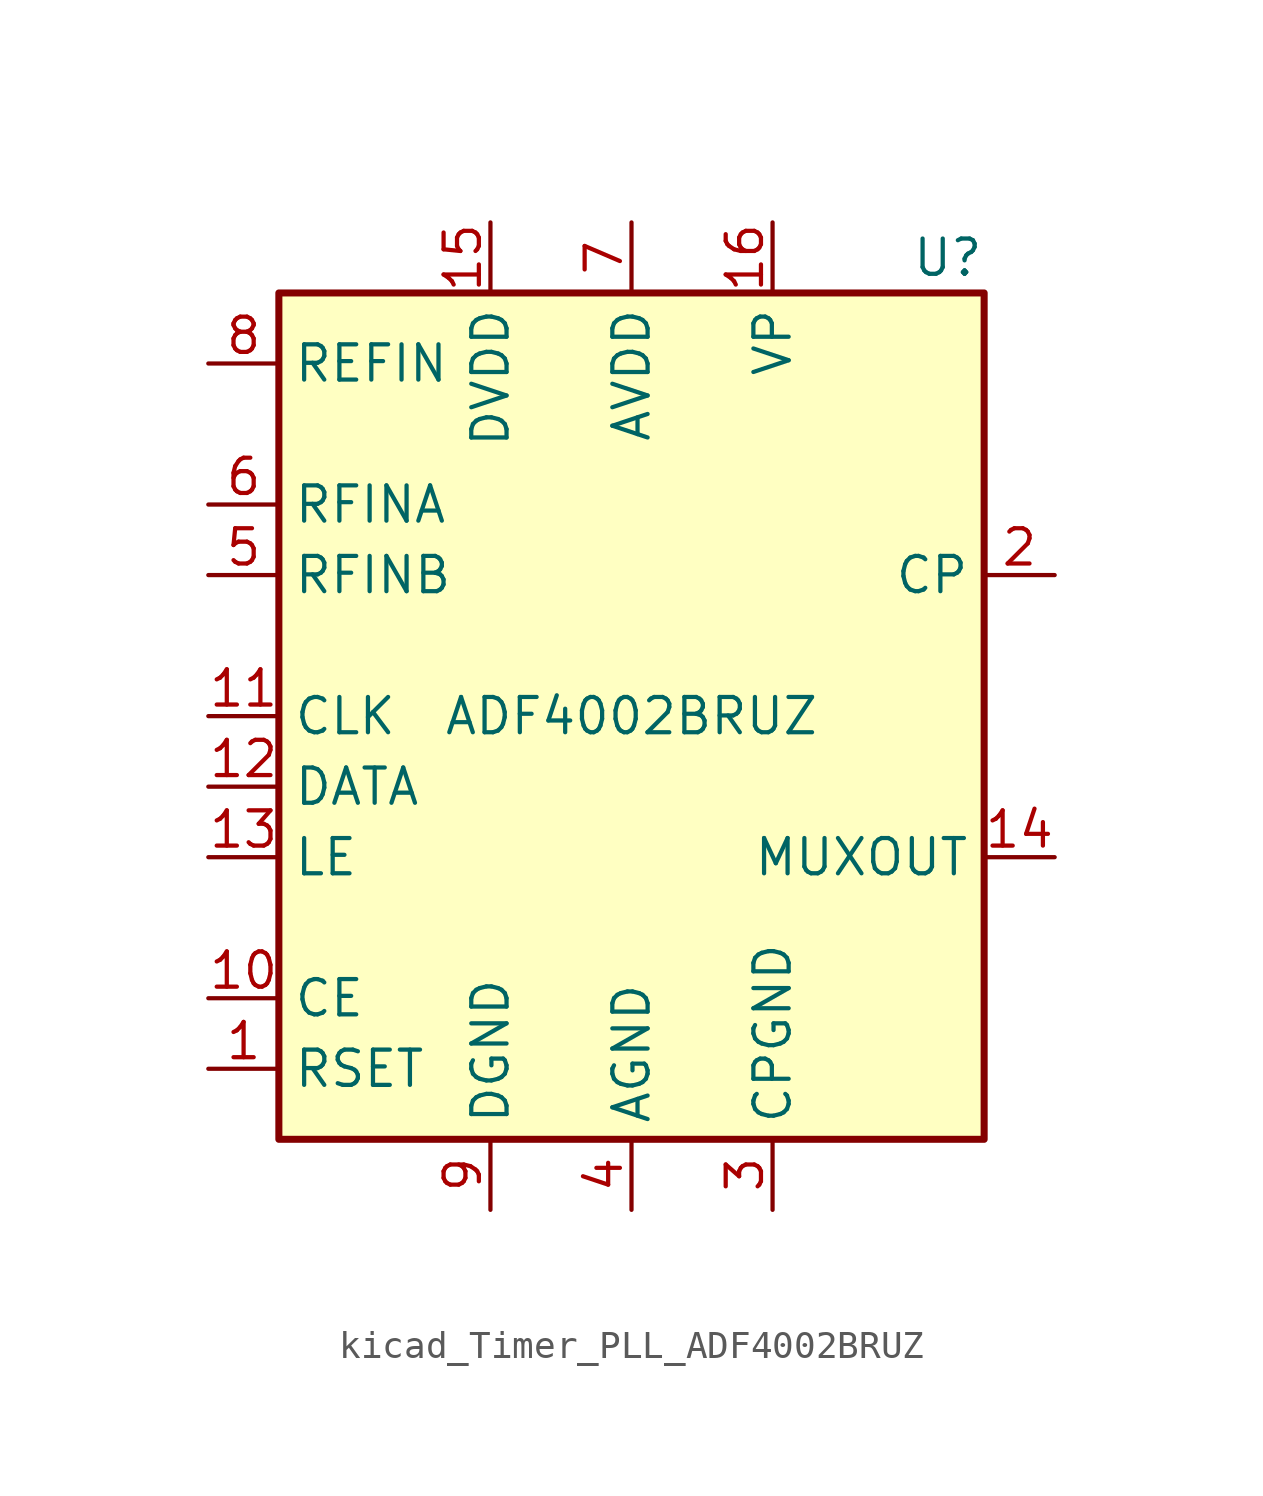
<source format=kicad_sym>
(kicad_symbol_lib
  (version 20220914)
  (generator kicad_symbol_editor)
  (symbol "kicad_Timer_PLL_ADF4002BRUZ"
    (property "Reference" "U"
      (at 12.7 16.51 0)
      (effects (font (size 1.27 1.27)) (justify right)))
    (property "Value" "ADF4002BRUZ"
      (at 0 0 0)
      (effects (font (size 1.27 1.27))))
    (symbol "kicad_Timer_PLL_ADF4002BRUZ_0_1"
      (rectangle (start -12.7 15.24) (end 12.7 -15.24) (stroke (width 0.254) (type default)) (fill (type background))))
    (symbol "kicad_Timer_PLL_ADF4002BRUZ_1_1"
      (pin input line (at -15.24 -12.7 0) (length 2.54) (name "RSET" (effects (font (size 1.27 1.27)))) (number "1" (effects (font (size 1.27 1.27)))))
      (pin input line (at -15.24 -10.16 0) (length 2.54) (name "CE" (effects (font (size 1.27 1.27)))) (number "10" (effects (font (size 1.27 1.27)))))
      (pin input line (at -15.24 0 0) (length 2.54) (name "CLK" (effects (font (size 1.27 1.27)))) (number "11" (effects (font (size 1.27 1.27)))))
      (pin input line (at -15.24 -2.54 0) (length 2.54) (name "DATA" (effects (font (size 1.27 1.27)))) (number "12" (effects (font (size 1.27 1.27)))))
      (pin input line (at -15.24 -5.08 0) (length 2.54) (name "LE" (effects (font (size 1.27 1.27)))) (number "13" (effects (font (size 1.27 1.27)))))
      (pin output line (at 15.24 -5.08 180) (length 2.54) (name "MUXOUT" (effects (font (size 1.27 1.27)))) (number "14" (effects (font (size 1.27 1.27)))))
      (pin power_in line (at -5.08 17.78 270) (length 2.54) (name "DVDD" (effects (font (size 1.27 1.27)))) (number "15" (effects (font (size 1.27 1.27)))))
      (pin power_in line (at 5.08 17.78 270) (length 2.54) (name "VP" (effects (font (size 1.27 1.27)))) (number "16" (effects (font (size 1.27 1.27)))))
      (pin output line (at 15.24 5.08 180) (length 2.54) (name "CP" (effects (font (size 1.27 1.27)))) (number "2" (effects (font (size 1.27 1.27)))))
      (pin power_in line (at 5.08 -17.78 90) (length 2.54) (name "CPGND" (effects (font (size 1.27 1.27)))) (number "3" (effects (font (size 1.27 1.27)))))
      (pin power_in line (at 0 -17.78 90) (length 2.54) (name "AGND" (effects (font (size 1.27 1.27)))) (number "4" (effects (font (size 1.27 1.27)))))
      (pin input line (at -15.24 5.08 0) (length 2.54) (name "RFINB" (effects (font (size 1.27 1.27)))) (number "5" (effects (font (size 1.27 1.27)))))
      (pin input line (at -15.24 7.62 0) (length 2.54) (name "RFINA" (effects (font (size 1.27 1.27)))) (number "6" (effects (font (size 1.27 1.27)))))
      (pin power_in line (at 0 17.78 270) (length 2.54) (name "AVDD" (effects (font (size 1.27 1.27)))) (number "7" (effects (font (size 1.27 1.27)))))
      (pin input line (at -15.24 12.7 0) (length 2.54) (name "REFIN" (effects (font (size 1.27 1.27)))) (number "8" (effects (font (size 1.27 1.27)))))
      (pin power_in line (at -5.08 -17.78 90) (length 2.54) (name "DGND" (effects (font (size 1.27 1.27)))) (number "9" (effects (font (size 1.27 1.27))))))))
</source>
